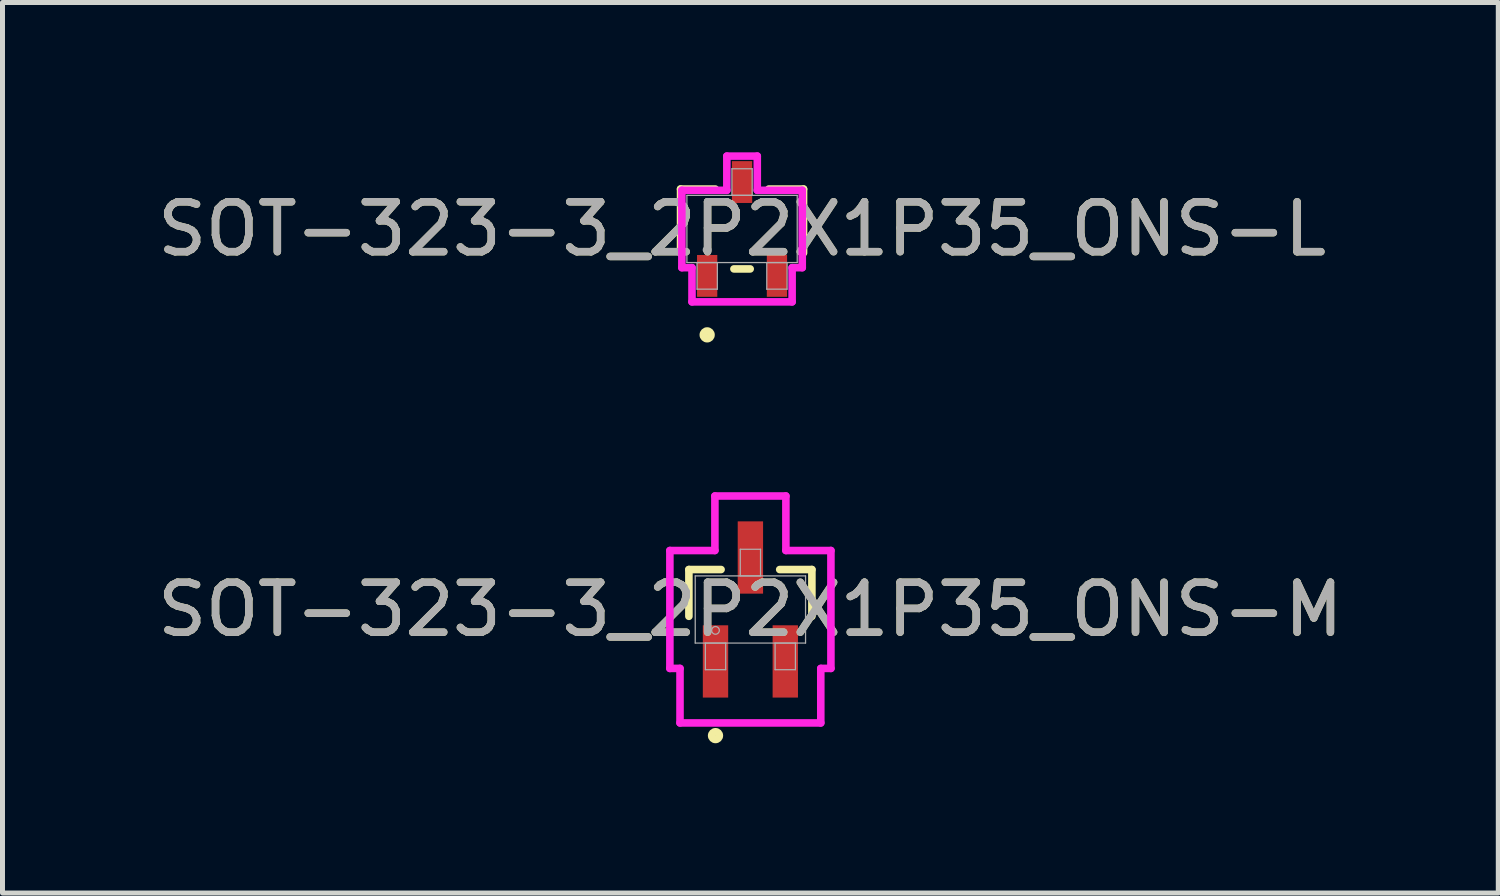
<source format=kicad_pcb>
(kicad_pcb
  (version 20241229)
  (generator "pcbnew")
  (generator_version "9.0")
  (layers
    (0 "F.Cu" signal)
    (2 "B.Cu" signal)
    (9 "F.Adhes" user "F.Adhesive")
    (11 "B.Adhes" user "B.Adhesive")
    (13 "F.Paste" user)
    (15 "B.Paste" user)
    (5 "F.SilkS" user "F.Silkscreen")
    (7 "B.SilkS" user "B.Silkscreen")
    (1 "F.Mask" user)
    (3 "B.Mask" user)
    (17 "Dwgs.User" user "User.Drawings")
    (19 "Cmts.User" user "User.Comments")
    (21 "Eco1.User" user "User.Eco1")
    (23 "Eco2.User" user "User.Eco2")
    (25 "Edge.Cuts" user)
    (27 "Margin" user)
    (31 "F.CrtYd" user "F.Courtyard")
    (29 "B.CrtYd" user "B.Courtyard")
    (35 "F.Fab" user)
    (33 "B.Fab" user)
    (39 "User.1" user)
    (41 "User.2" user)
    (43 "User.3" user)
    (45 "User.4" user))
  (footprint "SOT-323-3_2P2X1P35_ONS-M"
    (layer "F.Cu")
    (at 11.982 9.159)
    (property "Reference" "SOT-323-3_2P2X1P35_ONS-M" (at 0 0 0) (unlocked yes) (layer "F.SilkS") (effects (font (size 1 1) (thickness 0.15))))
    (attr smd)
    (fp_line (start -1.232 -0.8) (end -1.232 0.137) (stroke (width 0.152) (type solid)) (layer "F.SilkS"))
    (fp_line (start -0.587 -0.8) (end -1.232 -0.8) (stroke (width 0.152) (type solid)) (layer "F.SilkS"))
    (fp_line (start 1.232 -0.8) (end 0.587 -0.8) (stroke (width 0.152) (type solid)) (layer "F.SilkS"))
    (fp_line (start 1.232 0.137) (end 1.232 -0.8) (stroke (width 0.152) (type solid)) (layer "F.SilkS"))
    (fp_circle (center -0.699 2.527) (end -0.622 2.527) (stroke (width 0.152) (type solid)) (fill no) (layer "F.SilkS"))
    (fp_line (start -1.613 -1.181) (end -0.711 -1.181) (stroke (width 0.152) (type solid)) (layer "F.CrtYd"))
    (fp_line (start -1.613 1.181) (end -1.613 -1.181) (stroke (width 0.152) (type solid)) (layer "F.CrtYd"))
    (fp_line (start -1.613 1.181) (end -1.41 1.181) (stroke (width 0.152) (type solid)) (layer "F.CrtYd"))
    (fp_line (start -1.41 1.181) (end -1.41 2.273) (stroke (width 0.152) (type solid)) (layer "F.CrtYd"))
    (fp_line (start -1.41 2.273) (end 1.41 2.273) (stroke (width 0.152) (type solid)) (layer "F.CrtYd"))
    (fp_line (start -0.711 -2.273) (end 0.711 -2.273) (stroke (width 0.152) (type solid)) (layer "F.CrtYd"))
    (fp_line (start -0.711 -1.181) (end -0.711 -2.273) (stroke (width 0.152) (type solid)) (layer "F.CrtYd"))
    (fp_line (start 0.711 -1.181) (end 0.711 -2.273) (stroke (width 0.152) (type solid)) (layer "F.CrtYd"))
    (fp_line (start 1.41 1.181) (end 1.41 2.273) (stroke (width 0.152) (type solid)) (layer "F.CrtYd"))
    (fp_line (start 1.613 -1.181) (end 0.711 -1.181) (stroke (width 0.152) (type solid)) (layer "F.CrtYd"))
    (fp_line (start 1.613 -1.181) (end 1.613 1.181) (stroke (width 0.152) (type solid)) (layer "F.CrtYd"))
    (fp_line (start 1.613 1.181) (end 1.41 1.181) (stroke (width 0.152) (type solid)) (layer "F.CrtYd"))
    (fp_line (start -1.105 -0.673) (end -1.105 0.673) (stroke (width 0.025) (type solid)) (layer "F.Fab"))
    (fp_line (start -1.105 0.673) (end 1.105 0.673) (stroke (width 0.025) (type solid)) (layer "F.Fab"))
    (fp_line (start -0.902 0.673) (end -0.902 1.206) (stroke (width 0.025) (type solid)) (layer "F.Fab"))
    (fp_line (start -0.902 1.206) (end -0.495 1.206) (stroke (width 0.025) (type solid)) (layer "F.Fab"))
    (fp_line (start -0.495 0.673) (end -0.902 0.673) (stroke (width 0.025) (type solid)) (layer "F.Fab"))
    (fp_line (start -0.495 1.206) (end -0.495 0.673) (stroke (width 0.025) (type solid)) (layer "F.Fab"))
    (fp_line (start -0.203 -1.206) (end -0.203 -0.673) (stroke (width 0.025) (type solid)) (layer "F.Fab"))
    (fp_line (start -0.203 -0.673) (end 0.203 -0.673) (stroke (width 0.025) (type solid)) (layer "F.Fab"))
    (fp_line (start 0.203 -1.206) (end -0.203 -1.206) (stroke (width 0.025) (type solid)) (layer "F.Fab"))
    (fp_line (start 0.203 -0.673) (end 0.203 -1.206) (stroke (width 0.025) (type solid)) (layer "F.Fab"))
    (fp_line (start 0.495 0.673) (end 0.495 1.206) (stroke (width 0.025) (type solid)) (layer "F.Fab"))
    (fp_line (start 0.495 1.206) (end 0.902 1.206) (stroke (width 0.025) (type solid)) (layer "F.Fab"))
    (fp_line (start 0.902 0.673) (end 0.495 0.673) (stroke (width 0.025) (type solid)) (layer "F.Fab"))
    (fp_line (start 0.902 1.206) (end 0.902 0.673) (stroke (width 0.025) (type solid)) (layer "F.Fab"))
    (fp_line (start 1.105 -0.673) (end -1.105 -0.673) (stroke (width 0.025) (type solid)) (layer "F.Fab"))
    (fp_line (start 1.105 0.673) (end 1.105 -0.673) (stroke (width 0.025) (type solid)) (layer "F.Fab"))
    (fp_circle (center -0.699 0.419) (end -0.622 0.419) (stroke (width 0.025) (type solid)) (fill no) (layer "F.Fab"))
    (fp_text user "${REFERENCE}" (at 0 0 0) (unlocked yes) (layer "F.Fab") (effects (font (size 1 1) (thickness 0.15))))
    (pad "1" smd rect (at -0.699 1.041) (size 0.508 1.448) (layers "F.Cu" "F.Mask" "F.Paste"))
    (pad "2" smd rect (at 0.699 1.041) (size 0.508 1.448) (layers "F.Cu" "F.Mask" "F.Paste"))
    (pad "3" smd rect (at 0 -1.041) (size 0.508 1.448) (layers "F.Cu" "F.Mask" "F.Paste")))
  (footprint "SOT-323-3_2P2X1P35_ONS-L"
    (layer "F.Cu")
    (at 11.815 1.537)
    (property "Reference" "SOT-323-3_2P2X1P35_ONS-L" (at 0 0 0) (unlocked yes) (layer "F.SilkS") (effects (font (size 1 1) (thickness 0.15))))
    (attr smd)
    (fp_line (start -1.232 -0.8) (end -1.232 0.48) (stroke (width 0.152) (type solid)) (layer "F.SilkS"))
    (fp_line (start -0.536 -0.8) (end -1.232 -0.8) (stroke (width 0.152) (type solid)) (layer "F.SilkS"))
    (fp_line (start -0.163 0.8) (end 0.163 0.8) (stroke (width 0.152) (type solid)) (layer "F.SilkS"))
    (fp_line (start 1.232 -0.8) (end 0.536 -0.8) (stroke (width 0.152) (type solid)) (layer "F.SilkS"))
    (fp_line (start 1.232 0.48) (end 1.232 -0.8) (stroke (width 0.152) (type solid)) (layer "F.SilkS"))
    (fp_circle (center -0.699 2.121) (end -0.622 2.121) (stroke (width 0.152) (type solid)) (fill no) (layer "F.SilkS"))
    (fp_line (start -1.206 -0.775) (end -0.305 -0.775) (stroke (width 0.152) (type solid)) (layer "F.CrtYd"))
    (fp_line (start -1.206 0.775) (end -1.206 -0.775) (stroke (width 0.152) (type solid)) (layer "F.CrtYd"))
    (fp_line (start -1.206 0.775) (end -1.003 0.775) (stroke (width 0.152) (type solid)) (layer "F.CrtYd"))
    (fp_line (start -1.003 0.775) (end -1.003 1.46) (stroke (width 0.152) (type solid)) (layer "F.CrtYd"))
    (fp_line (start -1.003 1.46) (end 1.003 1.46) (stroke (width 0.152) (type solid)) (layer "F.CrtYd"))
    (fp_line (start -0.305 -1.46) (end 0.305 -1.46) (stroke (width 0.152) (type solid)) (layer "F.CrtYd"))
    (fp_line (start -0.305 -0.775) (end -0.305 -1.46) (stroke (width 0.152) (type solid)) (layer "F.CrtYd"))
    (fp_line (start 0.305 -0.775) (end 0.305 -1.46) (stroke (width 0.152) (type solid)) (layer "F.CrtYd"))
    (fp_line (start 1.003 0.775) (end 1.003 1.46) (stroke (width 0.152) (type solid)) (layer "F.CrtYd"))
    (fp_line (start 1.206 -0.775) (end 0.305 -0.775) (stroke (width 0.152) (type solid)) (layer "F.CrtYd"))
    (fp_line (start 1.206 -0.775) (end 1.206 0.775) (stroke (width 0.152) (type solid)) (layer "F.CrtYd"))
    (fp_line (start 1.206 0.775) (end 1.003 0.775) (stroke (width 0.152) (type solid)) (layer "F.CrtYd"))
    (fp_line (start -1.105 -0.673) (end -1.105 0.673) (stroke (width 0.025) (type solid)) (layer "F.Fab"))
    (fp_line (start -1.105 0.673) (end 1.105 0.673) (stroke (width 0.025) (type solid)) (layer "F.Fab"))
    (fp_line (start -0.902 0.673) (end -0.902 1.206) (stroke (width 0.025) (type solid)) (layer "F.Fab"))
    (fp_line (start -0.902 1.206) (end -0.495 1.206) (stroke (width 0.025) (type solid)) (layer "F.Fab"))
    (fp_line (start -0.495 0.673) (end -0.902 0.673) (stroke (width 0.025) (type solid)) (layer "F.Fab"))
    (fp_line (start -0.495 1.206) (end -0.495 0.673) (stroke (width 0.025) (type solid)) (layer "F.Fab"))
    (fp_line (start -0.203 -1.206) (end -0.203 -0.673) (stroke (width 0.025) (type solid)) (layer "F.Fab"))
    (fp_line (start -0.203 -0.673) (end 0.203 -0.673) (stroke (width 0.025) (type solid)) (layer "F.Fab"))
    (fp_line (start 0.203 -1.206) (end -0.203 -1.206) (stroke (width 0.025) (type solid)) (layer "F.Fab"))
    (fp_line (start 0.203 -0.673) (end 0.203 -1.206) (stroke (width 0.025) (type solid)) (layer "F.Fab"))
    (fp_line (start 0.495 0.673) (end 0.495 1.206) (stroke (width 0.025) (type solid)) (layer "F.Fab"))
    (fp_line (start 0.495 1.206) (end 0.902 1.206) (stroke (width 0.025) (type solid)) (layer "F.Fab"))
    (fp_line (start 0.902 0.673) (end 0.495 0.673) (stroke (width 0.025) (type solid)) (layer "F.Fab"))
    (fp_line (start 0.902 1.206) (end 0.902 0.673) (stroke (width 0.025) (type solid)) (layer "F.Fab"))
    (fp_line (start 1.105 -0.673) (end -1.105 -0.673) (stroke (width 0.025) (type solid)) (layer "F.Fab"))
    (fp_line (start 1.105 0.673) (end 1.105 -0.673) (stroke (width 0.025) (type solid)) (layer "F.Fab"))
    (fp_circle (center -0.699 0.419) (end -0.622 0.419) (stroke (width 0.025) (type solid)) (fill no) (layer "F.Fab"))
    (fp_text user "${REFERENCE}" (at 0 0 0) (unlocked yes) (layer "F.Fab") (effects (font (size 1 1) (thickness 0.15))))
    (pad "1" smd rect (at -0.699 0.94) (size 0.406 0.838) (layers "F.Cu" "F.Mask" "F.Paste"))
    (pad "2" smd rect (at 0.699 0.94) (size 0.406 0.838) (layers "F.Cu" "F.Mask" "F.Paste"))
    (pad "3" smd rect (at 0 -0.94) (size 0.406 0.838) (layers "F.Cu" "F.Mask" "F.Paste")))
  (gr_rect
    (start -3 -3)
    (end 26.964 14.839)
    (stroke (width 0.1) (type default))
    (fill no)
    (layer "Edge.Cuts")))
</source>
